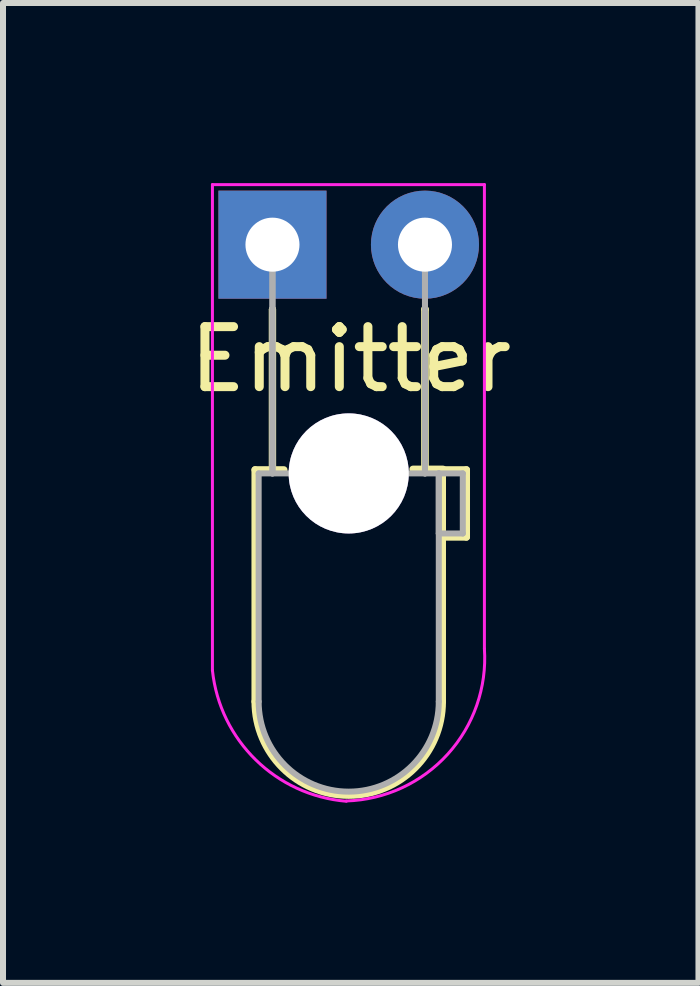
<source format=kicad_pcb>
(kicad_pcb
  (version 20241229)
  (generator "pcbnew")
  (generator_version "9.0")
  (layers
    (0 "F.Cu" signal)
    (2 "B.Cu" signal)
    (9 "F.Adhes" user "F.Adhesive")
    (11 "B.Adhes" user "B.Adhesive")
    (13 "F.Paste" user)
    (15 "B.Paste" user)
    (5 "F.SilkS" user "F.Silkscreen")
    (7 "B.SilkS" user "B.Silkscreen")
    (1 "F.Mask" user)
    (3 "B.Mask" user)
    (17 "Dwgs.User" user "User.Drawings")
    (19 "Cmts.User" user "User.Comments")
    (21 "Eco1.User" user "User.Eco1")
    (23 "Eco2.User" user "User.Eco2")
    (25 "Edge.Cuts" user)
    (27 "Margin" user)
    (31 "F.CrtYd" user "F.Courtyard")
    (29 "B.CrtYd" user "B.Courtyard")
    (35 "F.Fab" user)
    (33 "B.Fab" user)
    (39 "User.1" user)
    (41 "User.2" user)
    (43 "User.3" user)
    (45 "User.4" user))
  (footprint "Emitter"
    (layer "F.Cu")
    (at 1.488 1.025)
    (property "Reference" "Emitter" (at 1.304 1.91 180) (layer "F.SilkS") (effects (font (size 1 1) (thickness 0.15))))
    (attr through_hole)
    (fp_line (start -0.29 3.75) (end -0.29 7.61) (stroke (width 0.12) (type solid)) (layer "F.SilkS"))
    (fp_line (start 0 1.08) (end 0 1.08) (stroke (width 0.12) (type solid)) (layer "F.SilkS"))
    (fp_line (start 0 1.08) (end 0 3.75) (stroke (width 0.12) (type solid)) (layer "F.SilkS"))
    (fp_line (start 0 3.75) (end 0 1.08) (stroke (width 0.12) (type solid)) (layer "F.SilkS"))
    (fp_line (start 0 3.75) (end 0 3.75) (stroke (width 0.12) (type solid)) (layer "F.SilkS"))
    (fp_line (start 0.19 3.75) (end -0.29 3.75) (stroke (width 0.12) (type solid)) (layer "F.SilkS"))
    (fp_line (start 2.54 1.07) (end 2.54 3.74) (stroke (width 0.12) (type solid)) (layer "F.SilkS"))
    (fp_line (start 2.54 1.08) (end 2.54 1.08) (stroke (width 0.12) (type solid)) (layer "F.SilkS"))
    (fp_line (start 2.54 3.74) (end 2.54 1.07) (stroke (width 0.12) (type solid)) (layer "F.SilkS"))
    (fp_line (start 2.83 3.75) (end 2.83 7.61) (stroke (width 0.12) (type solid)) (layer "F.SilkS"))
    (fp_line (start 2.83 3.75) (end 3.23 3.75) (stroke (width 0.12) (type solid)) (layer "F.SilkS"))
    (fp_line (start 2.83 4.87) (end 2.83 3.75) (stroke (width 0.12) (type solid)) (layer "F.SilkS"))
    (fp_line (start 2.84 3.74) (end 2.34 3.74) (stroke (width 0.12) (type solid)) (layer "F.SilkS"))
    (fp_line (start 3.23 3.75) (end 3.23 4.87) (stroke (width 0.12) (type solid)) (layer "F.SilkS"))
    (fp_line (start 3.23 4.87) (end 2.83 4.87) (stroke (width 0.12) (type solid)) (layer "F.SilkS"))
    (fp_arc (start 2.83 7.61) (mid 1.27 9.17) (end -0.29 7.61) (stroke (width 0.12) (type solid)) (layer "F.SilkS"))
    (fp_line (start -1 -1) (end -1 7.09) (stroke (width 0.05) (type solid)) (layer "F.CrtYd"))
    (fp_line (start 3.53 -1) (end -1 -1) (stroke (width 0.05) (type solid)) (layer "F.CrtYd"))
    (fp_line (start 3.53 6.73) (end 3.53 -1) (stroke (width 0.05) (type solid)) (layer "F.CrtYd"))
    (fp_arc (start 1.23 9.27) (mid -0.277636 8.581642) (end -1 7.09) (stroke (width 0.05) (type solid)) (layer "F.CrtYd"))
    (fp_arc (start 3.53 6.73) (mid 2.918507 8.485869) (end 1.230403 9.265167) (stroke (width 0.05) (type solid)) (layer "F.CrtYd"))
    (fp_line (start -0.23 3.81) (end -0.23 7.61) (stroke (width 0.1) (type solid)) (layer "F.Fab"))
    (fp_line (start -0.23 3.81) (end 2.77 3.81) (stroke (width 0.1) (type solid)) (layer "F.Fab"))
    (fp_line (start 0 0) (end 0 0) (stroke (width 0.1) (type solid)) (layer "F.Fab"))
    (fp_line (start 0 0) (end 0 3.81) (stroke (width 0.1) (type solid)) (layer "F.Fab"))
    (fp_line (start 0 3.81) (end 0 0) (stroke (width 0.1) (type solid)) (layer "F.Fab"))
    (fp_line (start 0 3.81) (end 0 3.81) (stroke (width 0.1) (type solid)) (layer "F.Fab"))
    (fp_line (start 2.54 0) (end 2.54 0) (stroke (width 0.1) (type solid)) (layer "F.Fab"))
    (fp_line (start 2.54 0) (end 2.54 3.81) (stroke (width 0.1) (type solid)) (layer "F.Fab"))
    (fp_line (start 2.54 3.81) (end 2.54 0) (stroke (width 0.1) (type solid)) (layer "F.Fab"))
    (fp_line (start 2.54 3.81) (end 2.54 3.81) (stroke (width 0.1) (type solid)) (layer "F.Fab"))
    (fp_line (start 2.77 3.81) (end 2.77 7.61) (stroke (width 0.1) (type solid)) (layer "F.Fab"))
    (fp_line (start 2.77 3.81) (end 3.17 3.81) (stroke (width 0.1) (type solid)) (layer "F.Fab"))
    (fp_line (start 2.77 4.81) (end 2.77 3.81) (stroke (width 0.1) (type solid)) (layer "F.Fab"))
    (fp_line (start 3.17 3.81) (end 3.17 4.81) (stroke (width 0.1) (type solid)) (layer "F.Fab"))
    (fp_line (start 3.17 4.81) (end 2.77 4.81) (stroke (width 0.1) (type solid)) (layer "F.Fab"))
    (fp_arc (start 2.77 7.61) (mid 1.27 9.11) (end -0.23 7.61) (stroke (width 0.1) (type solid)) (layer "F.Fab"))
    (pad "1" thru_hole rect (at 0 0) (size 1.8 1.8) (drill 0.9) (layers "*.Cu" "*.Mask"))
    (pad "2" thru_hole circle (at 2.54 0) (size 1.8 1.8) (drill 0.9) (layers "*.Cu" "*.Mask"))
    (pad "3" thru_hole circle (at 1.27 3.81) (size 2 2) (drill 2) (layers "*.Cu" "*.Mask")))
  (gr_rect
    (start -3 -3)
    (end 8.583 13.32)
    (stroke (width 0.1) (type default))
    (fill no)
    (layer "Edge.Cuts")))
</source>
